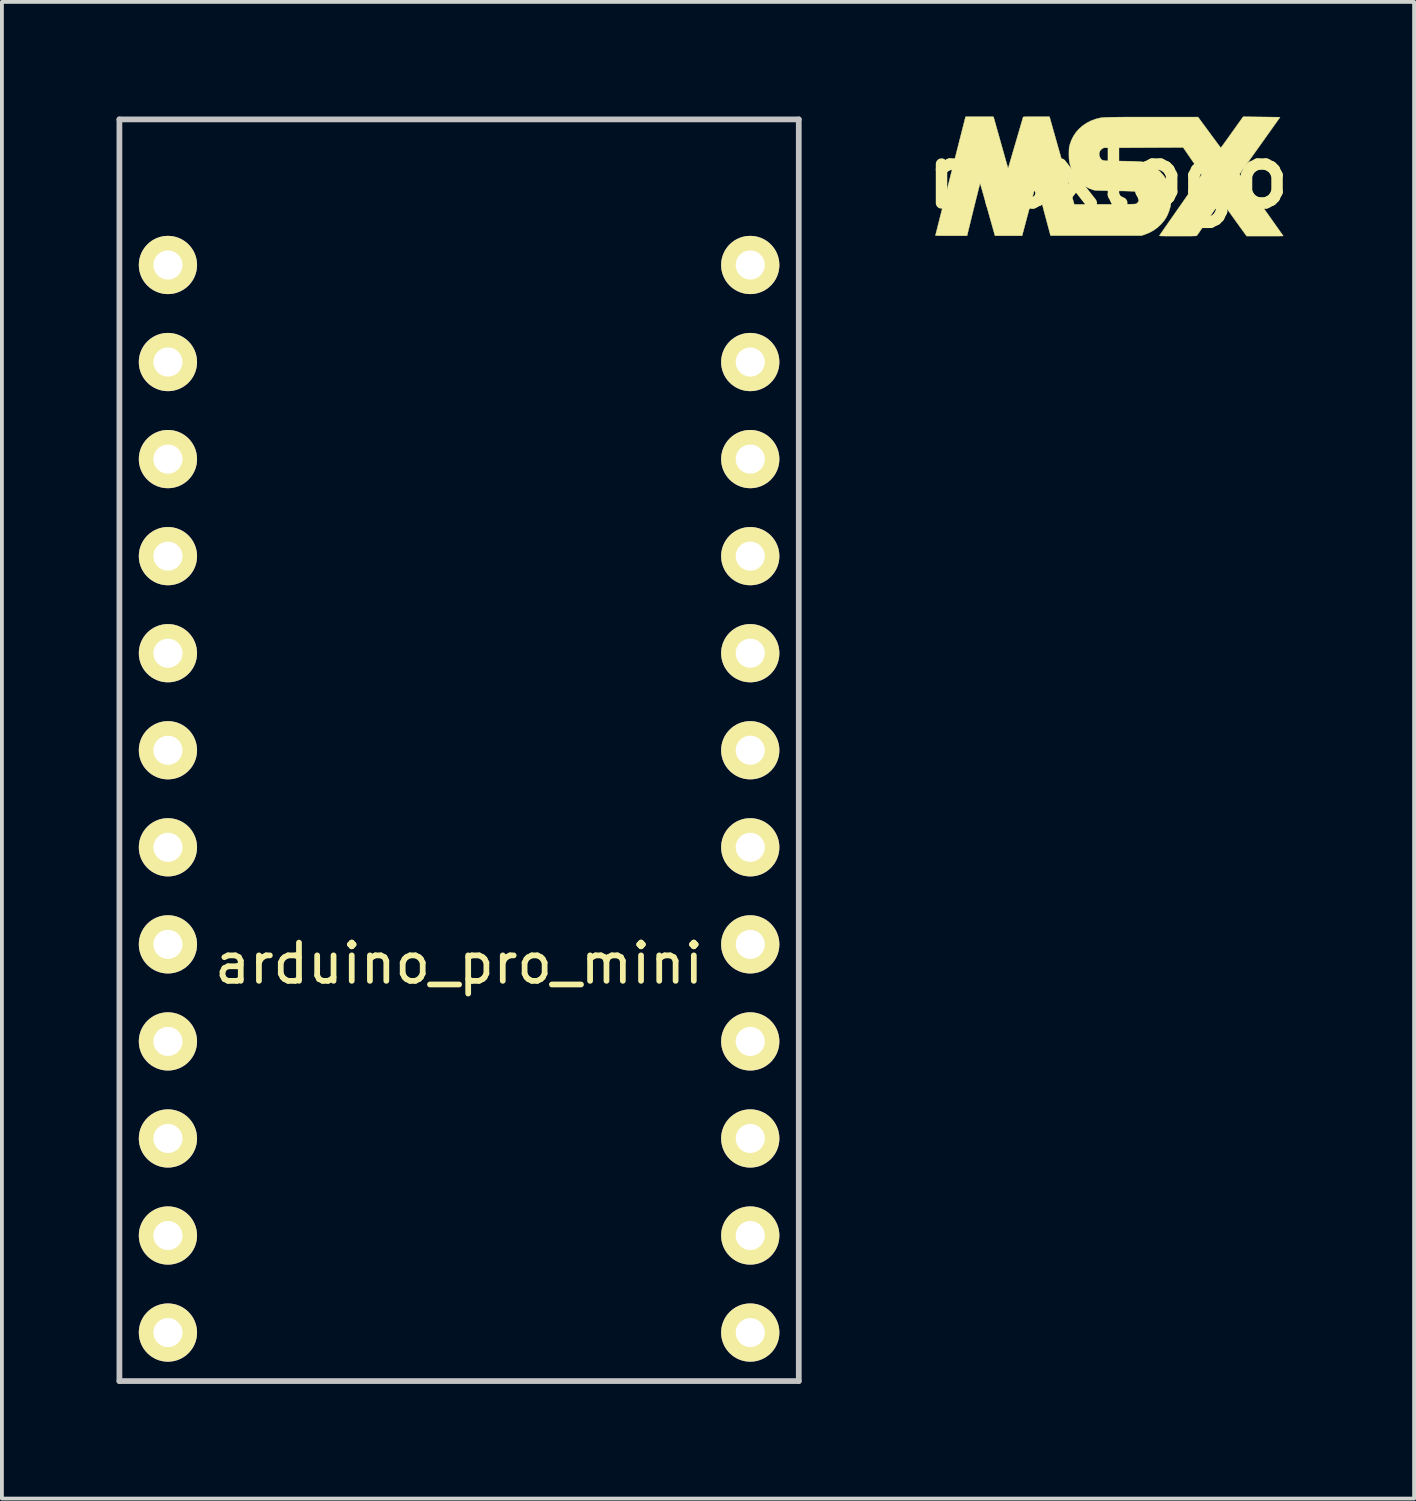
<source format=kicad_pcb>
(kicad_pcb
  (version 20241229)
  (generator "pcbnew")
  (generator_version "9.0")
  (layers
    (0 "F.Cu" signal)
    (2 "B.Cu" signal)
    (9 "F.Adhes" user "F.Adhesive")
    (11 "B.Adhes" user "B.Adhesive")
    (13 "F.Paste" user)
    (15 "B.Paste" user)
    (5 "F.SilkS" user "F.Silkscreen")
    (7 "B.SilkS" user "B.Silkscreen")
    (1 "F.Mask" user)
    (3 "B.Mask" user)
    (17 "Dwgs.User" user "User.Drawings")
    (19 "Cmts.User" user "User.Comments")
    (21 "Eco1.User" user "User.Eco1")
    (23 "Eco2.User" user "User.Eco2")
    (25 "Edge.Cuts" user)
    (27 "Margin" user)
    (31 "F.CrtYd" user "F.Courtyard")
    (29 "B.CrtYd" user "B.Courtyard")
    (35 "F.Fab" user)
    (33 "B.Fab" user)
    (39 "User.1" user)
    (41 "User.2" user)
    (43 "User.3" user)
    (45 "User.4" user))
  (footprint "msxlogo"
    (layer "F.Cu")
    (at 25.945 1.571)
    (property "Reference" "msxlogo" (at 0 0 0) (layer "F.SilkS") (effects (font (size 1.524 1.524) (thickness 0.3))))
    (attr through_hole)
    (fp_poly (pts (xy -1.215 -0.459) (xy -1.178 -0.326) (xy -1.141 -0.196) (xy -1.106 -0.071) (xy -1.072 0.048) (xy -1.041 0.159) (xy -1.012 0.263) (xy -0.985 0.358) (xy -0.961 0.443) (xy -0.94 0.517) (xy -0.923 0.579) (xy -0.909 0.628) (xy -0.899 0.663) (xy -0.893 0.684) (xy -0.892 0.688) (xy -0.88 0.728) (xy -0.078 0.726) (xy 0.057 0.726) (xy 0.175 0.725) (xy 0.279 0.725) (xy 0.369 0.725) (xy 0.447 0.724) (xy 0.512 0.724) (xy 0.567 0.723) (xy 0.612 0.722) (xy 0.649 0.721) (xy 0.677 0.72) (xy 0.7 0.719) (xy 0.717 0.717) (xy 0.729 0.715) (xy 0.738 0.713) (xy 0.744 0.711) (xy 0.75 0.708) (xy 0.751 0.708) (xy 0.783 0.679) (xy 0.805 0.636) (xy 0.818 0.582) (xy 0.819 0.566) (xy 0.821 0.532) (xy 0.818 0.506) (xy 0.81 0.482) (xy 0.801 0.461) (xy 0.793 0.446) (xy 0.787 0.433) (xy 0.78 0.422) (xy 0.771 0.412) (xy 0.759 0.404) (xy 0.743 0.398) (xy 0.721 0.393) (xy 0.692 0.388) (xy 0.655 0.385) (xy 0.609 0.383) (xy 0.553 0.381) (xy 0.484 0.379) (xy 0.402 0.377) (xy 0.306 0.376) (xy 0.195 0.374) (xy 0.194 0.374) (xy 0.084 0.372) (xy -0.01 0.371) (xy -0.091 0.369) (xy -0.158 0.367) (xy -0.213 0.366) (xy -0.259 0.364) (xy -0.295 0.362) (xy -0.323 0.36) (xy -0.345 0.358) (xy -0.362 0.355) (xy -0.375 0.352) (xy -0.376 0.352) (xy -0.484 0.313) (xy -0.585 0.26) (xy -0.678 0.193) (xy -0.762 0.112) (xy -0.837 0.019) (xy -0.9 -0.085) (xy -0.952 -0.199) (xy -0.963 -0.229) (xy -0.984 -0.29) (xy -0.999 -0.346) (xy -1.009 -0.4) (xy -1.016 -0.457) (xy -1.019 -0.522) (xy -1.02 -0.597) (xy -1.019 -0.654) (xy -1.018 -0.698) (xy -1.016 -0.733) (xy -1.012 -0.763) (xy -1.007 -0.791) (xy -1 -0.821) (xy -0.997 -0.831) (xy -0.957 -0.948) (xy -0.902 -1.058) (xy -0.834 -1.159) (xy -0.753 -1.25) (xy -0.661 -1.331) (xy -0.557 -1.401) (xy -0.443 -1.46) (xy -0.321 -1.505) (xy -0.237 -1.527) (xy -0.217 -1.531) (xy -0.197 -1.535) (xy -0.175 -1.539) (xy -0.15 -1.542) (xy -0.121 -1.544) (xy -0.087 -1.547) (xy -0.048 -1.549) (xy -0.003 -1.55) (xy 0.049 -1.552) (xy 0.11 -1.553) (xy 0.179 -1.554) (xy 0.258 -1.555) (xy 0.348 -1.556) (xy 0.45 -1.557) (xy 0.564 -1.557) (xy 0.691 -1.557) (xy 0.832 -1.558) (xy 0.988 -1.558) (xy 1.161 -1.558) (xy 1.19 -1.558) (xy 2.359 -1.558) (xy 2.655 -1.156) (xy 2.708 -1.083) (xy 2.759 -1.014) (xy 2.806 -0.951) (xy 2.848 -0.895) (xy 2.884 -0.846) (xy 2.914 -0.807) (xy 2.937 -0.777) (xy 2.951 -0.759) (xy 2.956 -0.754) (xy 2.962 -0.76) (xy 2.976 -0.78) (xy 2.999 -0.81) (xy 3.029 -0.851) (xy 3.065 -0.901) (xy 3.106 -0.958) (xy 3.152 -1.022) (xy 3.201 -1.091) (xy 3.237 -1.142) (xy 3.289 -1.214) (xy 3.338 -1.283) (xy 3.383 -1.346) (xy 3.424 -1.404) (xy 3.46 -1.453) (xy 3.489 -1.494) (xy 3.51 -1.524) (xy 3.524 -1.543) (xy 3.528 -1.548) (xy 3.543 -1.566) (xy 4.506 -1.554) (xy 4.012 -0.859) (xy 3.942 -0.761) (xy 3.875 -0.667) (xy 3.81 -0.576) (xy 3.749 -0.49) (xy 3.693 -0.411) (xy 3.641 -0.339) (xy 3.596 -0.274) (xy 3.557 -0.219) (xy 3.525 -0.175) (xy 3.501 -0.141) (xy 3.486 -0.12) (xy 3.481 -0.113) (xy 3.445 -0.062) (xy 4.017 0.744) (xy 4.091 0.849) (xy 4.162 0.949) (xy 4.23 1.045) (xy 4.294 1.135) (xy 4.353 1.219) (xy 4.407 1.295) (xy 4.455 1.363) (xy 4.497 1.423) (xy 4.532 1.472) (xy 4.559 1.51) (xy 4.578 1.537) (xy 4.587 1.552) (xy 4.589 1.554) (xy 4.581 1.555) (xy 4.557 1.555) (xy 4.52 1.556) (xy 4.47 1.557) (xy 4.409 1.557) (xy 4.338 1.557) (xy 4.26 1.558) (xy 4.176 1.558) (xy 4.111 1.558) (xy 3.632 1.558) (xy 3.575 1.48) (xy 3.559 1.458) (xy 3.534 1.424) (xy 3.502 1.379) (xy 3.463 1.326) (xy 3.419 1.265) (xy 3.371 1.198) (xy 3.32 1.127) (xy 3.267 1.053) (xy 3.239 1.014) (xy 3.187 0.942) (xy 3.139 0.875) (xy 3.095 0.814) (xy 3.055 0.759) (xy 3.021 0.712) (xy 2.993 0.674) (xy 2.973 0.647) (xy 2.961 0.632) (xy 2.959 0.629) (xy 2.954 0.636) (xy 2.94 0.656) (xy 2.918 0.687) (xy 2.89 0.729) (xy 2.854 0.781) (xy 2.814 0.84) (xy 2.768 0.907) (xy 2.719 0.979) (xy 2.666 1.055) (xy 2.65 1.079) (xy 2.596 1.158) (xy 2.545 1.232) (xy 2.498 1.302) (xy 2.454 1.365) (xy 2.416 1.42) (xy 2.384 1.467) (xy 2.358 1.503) (xy 2.341 1.529) (xy 2.331 1.542) (xy 2.33 1.543) (xy 2.327 1.546) (xy 2.321 1.549) (xy 2.311 1.551) (xy 2.297 1.553) (xy 2.276 1.554) (xy 2.249 1.556) (xy 2.212 1.556) (xy 2.165 1.557) (xy 2.107 1.557) (xy 2.035 1.558) (xy 1.95 1.558) (xy 1.85 1.558) (xy 1.831 1.558) (xy 1.727 1.558) (xy 1.639 1.558) (xy 1.566 1.557) (xy 1.505 1.557) (xy 1.457 1.556) (xy 1.419 1.556) (xy 1.391 1.554) (xy 1.372 1.553) (xy 1.359 1.551) (xy 1.352 1.549) (xy 1.349 1.547) (xy 1.349 1.545) (xy 1.355 1.536) (xy 1.369 1.515) (xy 1.392 1.481) (xy 1.423 1.437) (xy 1.461 1.381) (xy 1.506 1.317) (xy 1.557 1.244) (xy 1.613 1.163) (xy 1.674 1.076) (xy 1.739 0.983) (xy 1.808 0.884) (xy 1.879 0.782) (xy 1.906 0.744) (xy 1.994 0.618) (xy 2.073 0.504) (xy 2.143 0.404) (xy 2.205 0.315) (xy 2.258 0.238) (xy 2.304 0.171) (xy 2.343 0.114) (xy 2.375 0.066) (xy 2.401 0.027) (xy 2.42 -0.003) (xy 2.435 -0.027) (xy 2.444 -0.044) (xy 2.449 -0.054) (xy 2.45 -0.059) (xy 2.45 -0.059) (xy 2.444 -0.069) (xy 2.429 -0.091) (xy 2.406 -0.125) (xy 2.377 -0.168) (xy 2.342 -0.219) (xy 2.302 -0.278) (xy 2.259 -0.342) (xy 2.212 -0.41) (xy 2.206 -0.418) (xy 1.97 -0.762) (xy -0.106 -0.752) (xy -0.144 -0.733) (xy -0.178 -0.708) (xy -0.206 -0.67) (xy -0.223 -0.626) (xy -0.229 -0.585) (xy -0.223 -0.544) (xy -0.207 -0.502) (xy -0.185 -0.465) (xy -0.161 -0.44) (xy -0.146 -0.432) (xy -0.126 -0.425) (xy -0.099 -0.42) (xy -0.064 -0.415) (xy -0.019 -0.412) (xy 0.037 -0.409) (xy 0.106 -0.408) (xy 0.19 -0.407) (xy 0.25 -0.406) (xy 0.381 -0.405) (xy 0.501 -0.403) (xy 0.608 -0.401) (xy 0.703 -0.398) (xy 0.785 -0.394) (xy 0.852 -0.389) (xy 0.904 -0.384) (xy 0.94 -0.379) (xy 0.948 -0.377) (xy 1.061 -0.338) (xy 1.168 -0.284) (xy 1.268 -0.217) (xy 1.359 -0.137) (xy 1.441 -0.048) (xy 1.511 0.05) (xy 1.568 0.156) (xy 1.612 0.268) (xy 1.641 0.385) (xy 1.647 0.418) (xy 1.65 0.452) (xy 1.651 0.497) (xy 1.652 0.55) (xy 1.651 0.606) (xy 1.65 0.659) (xy 1.647 0.706) (xy 1.643 0.741) (xy 1.643 0.747) (xy 1.623 0.832) (xy 1.595 0.919) (xy 1.56 1.004) (xy 1.52 1.081) (xy 1.483 1.138) (xy 1.398 1.241) (xy 1.302 1.331) (xy 1.197 1.407) (xy 1.083 1.47) (xy 0.962 1.518) (xy 0.953 1.521) (xy 0.876 1.545) (xy -1.501 1.545) (xy -1.683 0.864) (xy -1.71 0.759) (xy -1.737 0.66) (xy -1.762 0.566) (xy -1.786 0.48) (xy -1.807 0.402) (xy -1.826 0.333) (xy -1.842 0.275) (xy -1.854 0.23) (xy -1.864 0.197) (xy -1.869 0.179) (xy -1.87 0.176) (xy -1.873 0.183) (xy -1.88 0.205) (xy -1.891 0.241) (xy -1.905 0.289) (xy -1.922 0.349) (xy -1.942 0.42) (xy -1.963 0.499) (xy -1.987 0.586) (xy -2.013 0.679) (xy -2.039 0.778) (xy -2.044 0.798) (xy -2.072 0.9) (xy -2.098 0.998) (xy -2.123 1.091) (xy -2.146 1.178) (xy -2.167 1.257) (xy -2.186 1.327) (xy -2.202 1.387) (xy -2.214 1.434) (xy -2.224 1.468) (xy -2.229 1.487) (xy -2.229 1.488) (xy -2.246 1.549) (xy -2.954 1.549) (xy -2.97 1.496) (xy -2.975 1.48) (xy -2.983 1.448) (xy -2.996 1.403) (xy -3.012 1.346) (xy -3.031 1.278) (xy -3.053 1.201) (xy -3.077 1.116) (xy -3.103 1.024) (xy -3.13 0.926) (xy -3.159 0.825) (xy -3.163 0.811) (xy -3.191 0.711) (xy -3.218 0.616) (xy -3.243 0.527) (xy -3.266 0.445) (xy -3.287 0.372) (xy -3.305 0.308) (xy -3.32 0.256) (xy -3.332 0.216) (xy -3.34 0.19) (xy -3.344 0.178) (xy -3.345 0.178) (xy -3.347 0.186) (xy -3.354 0.209) (xy -3.363 0.246) (xy -3.376 0.297) (xy -3.392 0.358) (xy -3.41 0.43) (xy -3.43 0.512) (xy -3.453 0.601) (xy -3.477 0.697) (xy -3.502 0.799) (xy -3.518 0.864) (xy -3.686 1.549) (xy -4.1 1.549) (xy -4.205 1.549) (xy -4.296 1.549) (xy -4.372 1.548) (xy -4.431 1.547) (xy -4.475 1.545) (xy -4.502 1.543) (xy -4.513 1.541) (xy -4.513 1.541) (xy -4.511 1.532) (xy -4.505 1.508) (xy -4.495 1.47) (xy -4.482 1.418) (xy -4.466 1.353) (xy -4.447 1.277) (xy -4.425 1.191) (xy -4.401 1.095) (xy -4.374 0.99) (xy -4.346 0.878) (xy -4.316 0.759) (xy -4.284 0.635) (xy -4.251 0.506) (xy -4.218 0.373) (xy -4.184 0.238) (xy -4.149 0.1) (xy -4.114 -0.037) (xy -4.079 -0.175) (xy -4.044 -0.311) (xy -4.01 -0.445) (xy -3.977 -0.576) (xy -3.945 -0.703) (xy -3.914 -0.824) (xy -3.885 -0.94) (xy -3.857 -1.048) (xy -3.832 -1.148) (xy -3.809 -1.239) (xy -3.788 -1.32) (xy -3.77 -1.39) (xy -3.755 -1.448) (xy -3.744 -1.493) (xy -3.736 -1.524) (xy -3.733 -1.535) (xy -3.725 -1.566) (xy -2.997 -1.566) (xy -2.99 -1.547) (xy -2.986 -1.536) (xy -2.979 -1.51) (xy -2.967 -1.471) (xy -2.952 -1.418) (xy -2.934 -1.355) (xy -2.914 -1.281) (xy -2.89 -1.199) (xy -2.865 -1.109) (xy -2.838 -1.013) (xy -2.81 -0.912) (xy -2.798 -0.87) (xy -2.769 -0.768) (xy -2.742 -0.671) (xy -2.716 -0.58) (xy -2.693 -0.496) (xy -2.671 -0.421) (xy -2.653 -0.356) (xy -2.637 -0.301) (xy -2.625 -0.259) (xy -2.616 -0.23) (xy -2.612 -0.215) (xy -2.611 -0.214) (xy -2.609 -0.222) (xy -2.602 -0.245) (xy -2.591 -0.281) (xy -2.577 -0.329) (xy -2.56 -0.388) (xy -2.54 -0.455) (xy -2.518 -0.53) (xy -2.495 -0.611) (xy -2.47 -0.696) (xy -2.444 -0.785) (xy -2.417 -0.875) (xy -2.391 -0.965) (xy -2.365 -1.054) (xy -2.34 -1.14) (xy -2.316 -1.222) (xy -2.294 -1.298) (xy -2.274 -1.367) (xy -2.256 -1.428) (xy -2.241 -1.478) (xy -2.23 -1.517) (xy -2.223 -1.543) (xy -2.22 -1.552) (xy -2.218 -1.555) (xy -2.214 -1.558) (xy -2.205 -1.561) (xy -2.19 -1.563) (xy -2.168 -1.564) (xy -2.138 -1.565) (xy -2.097 -1.566) (xy -2.043 -1.566) (xy -1.977 -1.566) (xy -1.895 -1.566) (xy -1.872 -1.566) (xy -1.528 -1.566) (xy -1.215 -0.459)) (stroke (width 0.01) (type solid)) (fill yes) (layer "F.SilkS")))
  (footprint "arduino_pro_mini"
    (layer "F.Cu")
    (at 8.965 17.855)
    (property "Reference" "arduino_pro_mini" (at 0 4.31 0) (layer "F.SilkS") (effects (font (size 1 1) (thickness 0.15))))
    (attr through_hole)
    (fp_line (start -8.89 -17.78) (end -8.89 15.24) (stroke (width 0.15) (type solid)) (layer "Dwgs.User"))
    (fp_line (start -8.89 15.24) (end 8.89 15.24) (stroke (width 0.15) (type solid)) (layer "Dwgs.User"))
    (fp_line (start 8.89 -17.78) (end -8.89 -17.78) (stroke (width 0.15) (type solid)) (layer "Dwgs.User"))
    (fp_line (start 8.89 15.24) (end 8.89 -17.78) (stroke (width 0.15) (type solid)) (layer "Dwgs.User"))
    (pad "1" thru_hole circle (at -7.62 -13.97) (size 1.524 1.524) (drill 0.762) (layers "*.Cu" "*.Mask" "F.SilkS"))
    (pad "2" thru_hole circle (at -7.62 -11.43) (size 1.524 1.524) (drill 0.762) (layers "*.Cu" "*.Mask" "F.SilkS"))
    (pad "3" thru_hole circle (at -7.62 -8.89) (size 1.524 1.524) (drill 0.762) (layers "*.Cu" "*.Mask" "F.SilkS"))
    (pad "4" thru_hole circle (at -7.62 -6.35) (size 1.524 1.524) (drill 0.762) (layers "*.Cu" "*.Mask" "F.SilkS"))
    (pad "5" thru_hole circle (at -7.62 -3.81) (size 1.524 1.524) (drill 0.762) (layers "*.Cu" "*.Mask" "F.SilkS"))
    (pad "6" thru_hole circle (at -7.62 -1.27) (size 1.524 1.524) (drill 0.762) (layers "*.Cu" "*.Mask" "F.SilkS"))
    (pad "7" thru_hole circle (at -7.62 1.27) (size 1.524 1.524) (drill 0.762) (layers "*.Cu" "*.Mask" "F.SilkS"))
    (pad "8" thru_hole circle (at -7.62 3.81) (size 1.524 1.524) (drill 0.762) (layers "*.Cu" "*.Mask" "F.SilkS"))
    (pad "9" thru_hole circle (at -7.62 6.35) (size 1.524 1.524) (drill 0.762) (layers "*.Cu" "*.Mask" "F.SilkS"))
    (pad "10" thru_hole circle (at -7.62 8.89) (size 1.524 1.524) (drill 0.762) (layers "*.Cu" "*.Mask" "F.SilkS"))
    (pad "11" thru_hole circle (at -7.62 11.43) (size 1.524 1.524) (drill 0.762) (layers "*.Cu" "*.Mask" "F.SilkS"))
    (pad "12" thru_hole circle (at -7.62 13.97) (size 1.524 1.524) (drill 0.762) (layers "*.Cu" "*.Mask" "F.SilkS"))
    (pad "13" thru_hole circle (at 7.62 13.97) (size 1.524 1.524) (drill 0.762) (layers "*.Cu" "*.Mask" "F.SilkS"))
    (pad "14" thru_hole circle (at 7.62 11.43) (size 1.524 1.524) (drill 0.762) (layers "*.Cu" "*.Mask" "F.SilkS"))
    (pad "15" thru_hole circle (at 7.62 8.89) (size 1.524 1.524) (drill 0.762) (layers "*.Cu" "*.Mask" "F.SilkS"))
    (pad "16" thru_hole circle (at 7.62 6.35) (size 1.524 1.524) (drill 0.762) (layers "*.Cu" "*.Mask" "F.SilkS"))
    (pad "17" thru_hole circle (at 7.62 3.81) (size 1.524 1.524) (drill 0.762) (layers "*.Cu" "*.Mask" "F.SilkS"))
    (pad "18" thru_hole circle (at 7.62 1.27) (size 1.524 1.524) (drill 0.762) (layers "*.Cu" "*.Mask" "F.SilkS"))
    (pad "19" thru_hole circle (at 7.62 -1.27) (size 1.524 1.524) (drill 0.762) (layers "*.Cu" "*.Mask" "F.SilkS"))
    (pad "20" thru_hole circle (at 7.62 -3.81) (size 1.524 1.524) (drill 0.762) (layers "*.Cu" "*.Mask" "F.SilkS"))
    (pad "21" thru_hole circle (at 7.62 -6.35) (size 1.524 1.524) (drill 0.762) (layers "*.Cu" "*.Mask" "F.SilkS"))
    (pad "22" thru_hole circle (at 7.62 -8.89) (size 1.524 1.524) (drill 0.762) (layers "*.Cu" "*.Mask" "F.SilkS"))
    (pad "23" thru_hole circle (at 7.62 -11.43) (size 1.524 1.524) (drill 0.762) (layers "*.Cu" "*.Mask" "F.SilkS"))
    (pad "24" thru_hole circle (at 7.62 -13.97) (size 1.524 1.524) (drill 0.762) (layers "*.Cu" "*.Mask" "F.SilkS")))
  (gr_rect
    (start -3 -3)
    (end 33.959 36.17)
    (stroke (width 0.1) (type default))
    (fill no)
    (layer "Edge.Cuts")))
</source>
